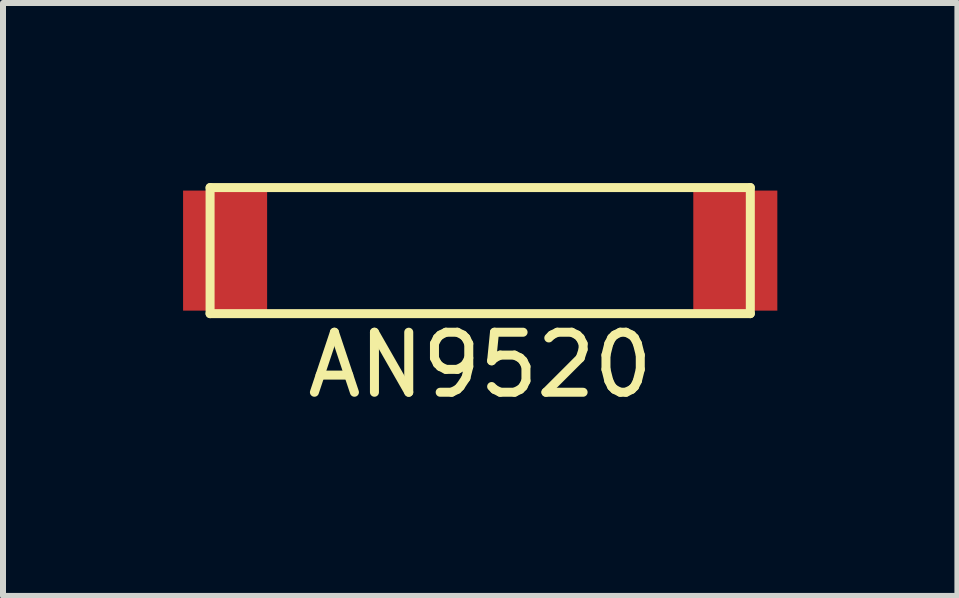
<source format=kicad_pcb>
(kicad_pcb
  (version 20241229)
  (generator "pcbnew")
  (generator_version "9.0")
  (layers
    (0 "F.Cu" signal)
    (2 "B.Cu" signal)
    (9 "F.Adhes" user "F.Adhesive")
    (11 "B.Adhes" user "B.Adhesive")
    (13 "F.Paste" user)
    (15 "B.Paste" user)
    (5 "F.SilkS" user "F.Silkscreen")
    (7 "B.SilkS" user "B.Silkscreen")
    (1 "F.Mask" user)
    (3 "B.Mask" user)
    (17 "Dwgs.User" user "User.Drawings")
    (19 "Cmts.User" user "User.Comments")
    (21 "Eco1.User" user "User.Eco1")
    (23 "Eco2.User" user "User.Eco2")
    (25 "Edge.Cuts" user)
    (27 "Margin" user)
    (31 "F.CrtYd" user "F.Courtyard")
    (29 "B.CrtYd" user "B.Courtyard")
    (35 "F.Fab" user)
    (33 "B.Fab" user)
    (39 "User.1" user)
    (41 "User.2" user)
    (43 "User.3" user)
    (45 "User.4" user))
  (footprint "AN9520"
    (layer "F.Cu")
    (at 4.95 1.125)
    (property "Reference" "AN9520" (at 0 1.905 0) (layer "F.SilkS") (effects (font (size 1 1) (thickness 0.15))))
    (attr through_hole)
    (fp_line (start -4.5 -1.05) (end -4.5 1.05) (stroke (width 0.15) (type solid)) (layer "F.SilkS"))
    (fp_line (start -4.5 1.05) (end 4.5 1.05) (stroke (width 0.15) (type solid)) (layer "F.SilkS"))
    (fp_line (start 4.5 -1.05) (end -4.5 -1.05) (stroke (width 0.15) (type solid)) (layer "F.SilkS"))
    (fp_line (start 4.5 1.05) (end 4.5 -1.05) (stroke (width 0.15) (type solid)) (layer "F.SilkS"))
    (pad "" smd rect (at 4.25 0) (size 1.4 2) (layers "F.Cu" "F.Mask" "F.Paste"))
    (pad "1" smd rect (at -4.25 0) (size 1.4 2) (layers "F.Cu" "F.Mask" "F.Paste")))
  (gr_rect
    (start -3 -3)
    (end 12.9 6.878)
    (stroke (width 0.1) (type default))
    (fill no)
    (layer "Edge.Cuts")))
</source>
